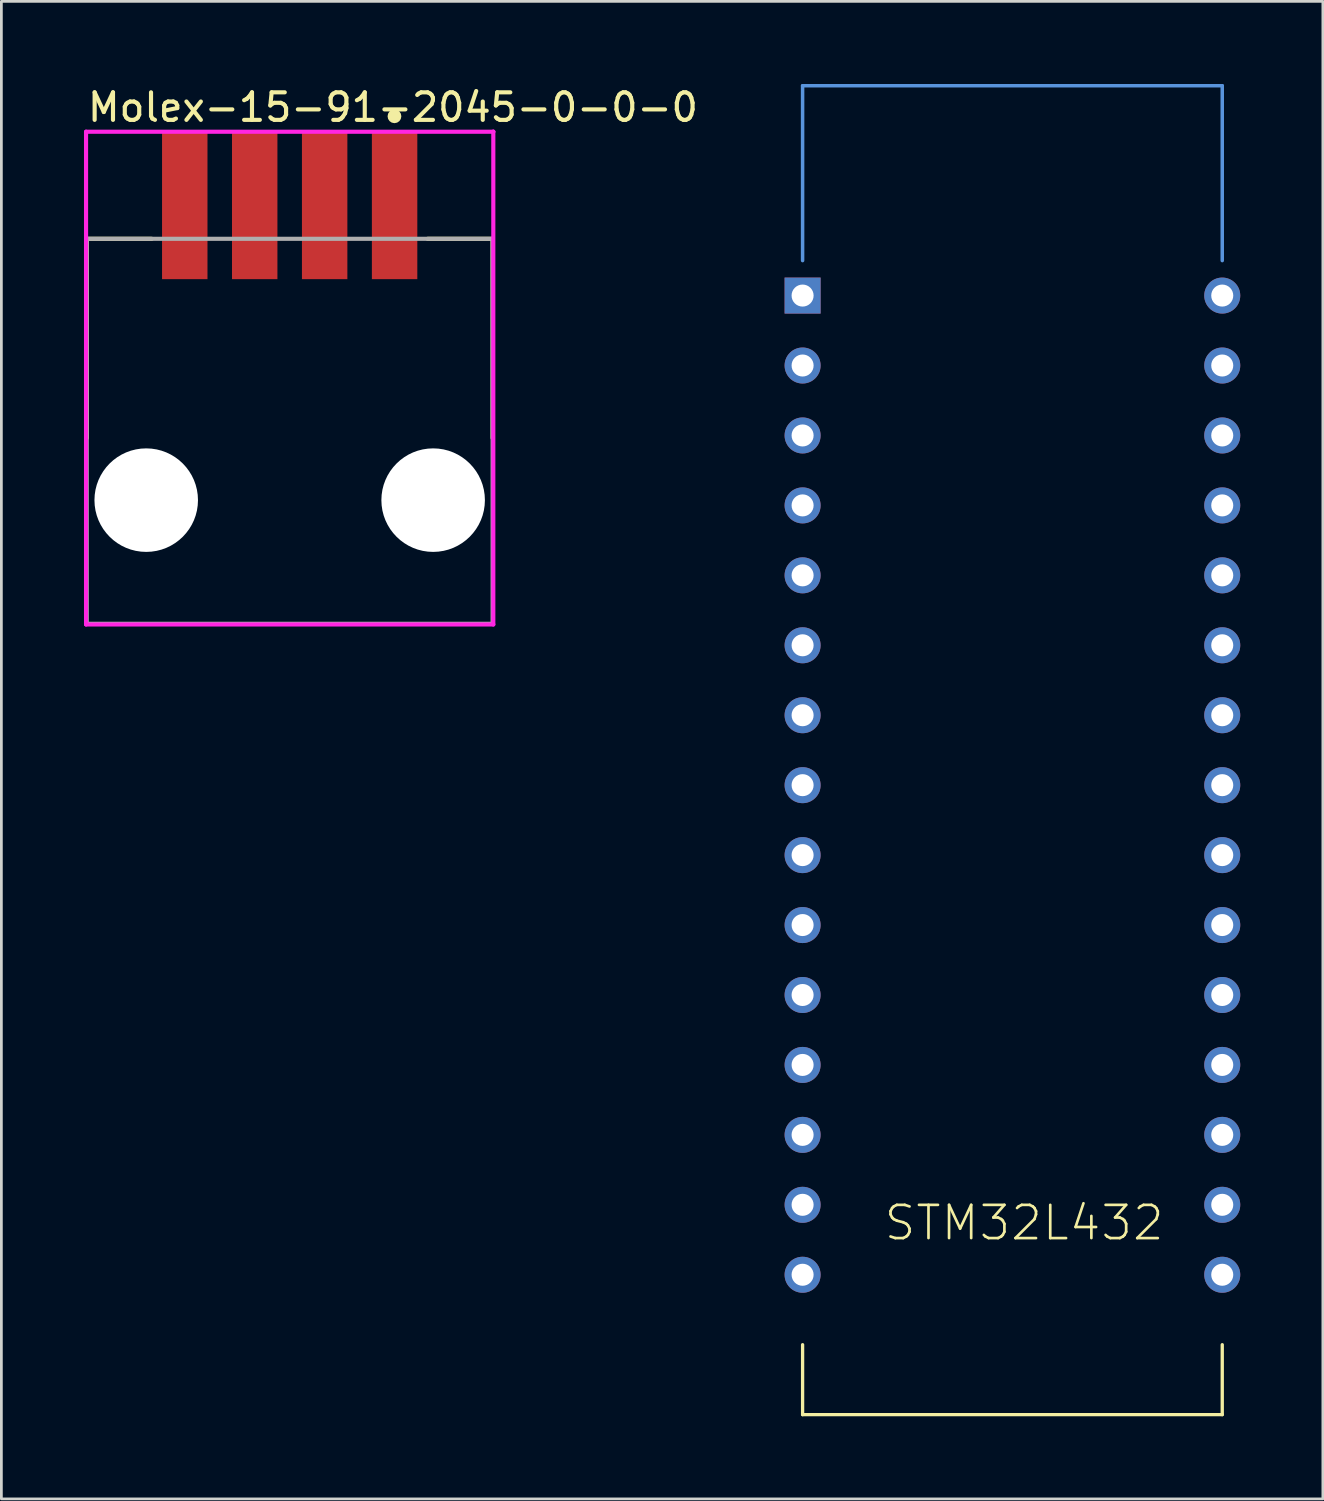
<source format=kicad_pcb>
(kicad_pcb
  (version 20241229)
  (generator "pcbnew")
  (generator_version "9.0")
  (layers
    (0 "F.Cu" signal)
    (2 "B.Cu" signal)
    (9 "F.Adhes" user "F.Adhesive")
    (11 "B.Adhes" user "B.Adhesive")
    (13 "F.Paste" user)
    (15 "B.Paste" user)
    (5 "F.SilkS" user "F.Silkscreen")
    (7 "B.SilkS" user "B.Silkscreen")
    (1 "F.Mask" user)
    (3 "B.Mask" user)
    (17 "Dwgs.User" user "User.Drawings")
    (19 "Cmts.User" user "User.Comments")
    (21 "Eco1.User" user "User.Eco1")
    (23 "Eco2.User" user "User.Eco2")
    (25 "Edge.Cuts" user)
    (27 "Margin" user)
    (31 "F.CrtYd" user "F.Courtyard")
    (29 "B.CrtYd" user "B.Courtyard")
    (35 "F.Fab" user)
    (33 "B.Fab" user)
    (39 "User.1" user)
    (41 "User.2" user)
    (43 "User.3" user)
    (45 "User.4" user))
  (footprint "STM32L432"
    (layer "F.Cu")
    (at 33.717 14.034)
    (property "Reference" "STM32L432" (at -4.72 28.03 0) (layer "F.SilkS") (effects (font (size 1.206 1.206) (thickness 0.097)) (justify left bottom)))
    (attr through_hole)
    (fp_line (start -7.62 31.75) (end -7.62 34.29) (stroke (width 0.12) (type solid)) (layer "F.SilkS"))
    (fp_line (start -7.62 34.29) (end 7.62 34.29) (stroke (width 0.12) (type solid)) (layer "F.SilkS"))
    (fp_line (start 7.62 34.29) (end 7.62 31.75) (stroke (width 0.12) (type solid)) (layer "F.SilkS"))
    (fp_line (start -7.62 -13.97) (end 7.62 -13.97) (stroke (width 0.127) (type solid)) (layer "Cmts.User"))
    (fp_line (start -7.62 -7.62) (end -7.62 -13.97) (stroke (width 0.127) (type solid)) (layer "Cmts.User"))
    (fp_line (start 7.62 -13.97) (end 7.62 -7.62) (stroke (width 0.127) (type solid)) (layer "Cmts.User"))
    (pad "1" thru_hole rect (at -7.62 -6.35) (size 1.308 1.308) (drill 0.8) (layers "*.Cu" "*.Mask"))
    (pad "2" thru_hole circle (at -7.62 -3.81) (size 1.308 1.308) (drill 0.8) (layers "*.Cu" "*.Mask"))
    (pad "3" thru_hole circle (at -7.62 -1.27) (size 1.308 1.308) (drill 0.8) (layers "*.Cu" "*.Mask"))
    (pad "4" thru_hole circle (at -7.62 1.27) (size 1.308 1.308) (drill 0.8) (layers "*.Cu" "*.Mask"))
    (pad "5" thru_hole circle (at -7.62 3.81) (size 1.308 1.308) (drill 0.8) (layers "*.Cu" "*.Mask"))
    (pad "6" thru_hole circle (at -7.62 6.35) (size 1.308 1.308) (drill 0.8) (layers "*.Cu" "*.Mask"))
    (pad "7" thru_hole circle (at -7.62 8.89) (size 1.308 1.308) (drill 0.8) (layers "*.Cu" "*.Mask"))
    (pad "8" thru_hole circle (at -7.62 11.43) (size 1.308 1.308) (drill 0.8) (layers "*.Cu" "*.Mask"))
    (pad "9" thru_hole circle (at -7.62 13.97) (size 1.308 1.308) (drill 0.8) (layers "*.Cu" "*.Mask"))
    (pad "10" thru_hole circle (at -7.62 16.51) (size 1.308 1.308) (drill 0.8) (layers "*.Cu" "*.Mask"))
    (pad "11" thru_hole circle (at -7.62 19.05) (size 1.308 1.308) (drill 0.8) (layers "*.Cu" "*.Mask"))
    (pad "12" thru_hole circle (at -7.62 21.59) (size 1.308 1.308) (drill 0.8) (layers "*.Cu" "*.Mask"))
    (pad "13" thru_hole circle (at -7.62 24.13) (size 1.308 1.308) (drill 0.8) (layers "*.Cu" "*.Mask"))
    (pad "14" thru_hole circle (at -7.62 26.67) (size 1.308 1.308) (drill 0.8) (layers "*.Cu" "*.Mask"))
    (pad "15" thru_hole circle (at -7.62 29.21) (size 1.308 1.308) (drill 0.8) (layers "*.Cu" "*.Mask"))
    (pad "16" thru_hole circle (at 7.62 29.21) (size 1.308 1.308) (drill 0.8) (layers "*.Cu" "*.Mask"))
    (pad "17" thru_hole circle (at 7.62 26.67) (size 1.308 1.308) (drill 0.8) (layers "*.Cu" "*.Mask"))
    (pad "18" thru_hole circle (at 7.62 24.13) (size 1.308 1.308) (drill 0.8) (layers "*.Cu" "*.Mask"))
    (pad "19" thru_hole circle (at 7.62 21.59) (size 1.308 1.308) (drill 0.8) (layers "*.Cu" "*.Mask"))
    (pad "20" thru_hole circle (at 7.62 19.05) (size 1.308 1.308) (drill 0.8) (layers "*.Cu" "*.Mask"))
    (pad "21" thru_hole circle (at 7.62 16.51) (size 1.308 1.308) (drill 0.8) (layers "*.Cu" "*.Mask"))
    (pad "22" thru_hole circle (at 7.62 13.97) (size 1.308 1.308) (drill 0.8) (layers "*.Cu" "*.Mask"))
    (pad "23" thru_hole circle (at 7.62 11.43) (size 1.308 1.308) (drill 0.8) (layers "*.Cu" "*.Mask"))
    (pad "24" thru_hole circle (at 7.62 8.89) (size 1.308 1.308) (drill 0.8) (layers "*.Cu" "*.Mask"))
    (pad "25" thru_hole circle (at 7.62 6.35) (size 1.308 1.308) (drill 0.8) (layers "*.Cu" "*.Mask"))
    (pad "26" thru_hole circle (at 7.62 3.81) (size 1.308 1.308) (drill 0.8) (layers "*.Cu" "*.Mask"))
    (pad "27" thru_hole circle (at 7.62 1.27) (size 1.308 1.308) (drill 0.8) (layers "*.Cu" "*.Mask"))
    (pad "28" thru_hole circle (at 7.62 -1.27) (size 1.308 1.308) (drill 0.8) (layers "*.Cu" "*.Mask"))
    (pad "29" thru_hole circle (at 7.62 -3.81) (size 1.308 1.308) (drill 0.8) (layers "*.Cu" "*.Mask"))
    (pad "30" thru_hole circle (at 7.62 -6.35) (size 1.308 1.308) (drill 0.8) (layers "*.Cu" "*.Mask")))
  (footprint "Molex-15-91-2045-0-0-0"
    (layer "F.Cu")
    (at 7.47 12.613)
    (property "Reference" "Molex-15-91-2045-0-0-0" (at -7.42 -11.765 0) (layer "F.SilkS") (effects (font (size 1 1) (thickness 0.15)) (justify left)))
    (attr through_hole)
    (fp_line (start -7.37 -6.99) (end -5.01 -6.99) (stroke (width 0.15) (type solid)) (layer "F.SilkS"))
    (fp_line (start -7.37 0.245) (end -7.37 -6.99) (stroke (width 0.15) (type solid)) (layer "F.SilkS"))
    (fp_line (start 5.01 -6.99) (end 7.37 -6.99) (stroke (width 0.15) (type solid)) (layer "F.SilkS"))
    (fp_line (start 7.37 0.245) (end 7.37 -6.99) (stroke (width 0.15) (type solid)) (layer "F.SilkS"))
    (fp_circle (center 3.805 -11.44) (end 3.93 -11.44) (stroke (width 0.25) (type solid)) (fill no) (layer "F.SilkS"))
    (fp_line (start -7.395 -10.88) (end -7.395 7.015) (stroke (width 0.15) (type solid)) (layer "F.CrtYd"))
    (fp_line (start -7.395 7.015) (end 7.395 7.015) (stroke (width 0.15) (type solid)) (layer "F.CrtYd"))
    (fp_line (start 7.395 -10.88) (end -7.395 -10.88) (stroke (width 0.15) (type solid)) (layer "F.CrtYd"))
    (fp_line (start 7.395 -10.88) (end 7.395 -10.88) (stroke (width 0.15) (type solid)) (layer "F.CrtYd"))
    (fp_line (start 7.395 7.015) (end 7.395 -10.88) (stroke (width 0.15) (type solid)) (layer "F.CrtYd"))
    (fp_line (start -7.37 -6.99) (end 7.37 -6.99) (stroke (width 0.15) (type solid)) (layer "F.Fab"))
    (fp_line (start -7.37 6.99) (end -7.37 -6.99) (stroke (width 0.15) (type solid)) (layer "F.Fab"))
    (fp_line (start 7.37 -6.99) (end 7.37 6.99) (stroke (width 0.15) (type solid)) (layer "F.Fab"))
    (fp_line (start 7.37 6.99) (end -7.37 6.99) (stroke (width 0.15) (type solid)) (layer "F.Fab"))
    (pad "" np_thru_hole circle (at -5.21 2.5) (size 3.76 3.76) (drill 3.76) (layers "*.Cu" "*.Mask"))
    (pad "" np_thru_hole circle (at 5.21 2.5) (size 3.76 3.76) (drill 3.76) (layers "*.Cu" "*.Mask"))
    (pad "1" smd rect (at 3.81 -8.19) (size 1.65 5.33) (layers "F.Cu" "F.Mask" "F.Paste"))
    (pad "2" smd rect (at 1.27 -8.19) (size 1.65 5.33) (layers "F.Cu" "F.Mask" "F.Paste"))
    (pad "3" smd rect (at -1.27 -8.19) (size 1.65 5.33) (layers "F.Cu" "F.Mask" "F.Paste"))
    (pad "4" smd rect (at -3.81 -8.19) (size 1.65 5.33) (layers "F.Cu" "F.Mask" "F.Paste")))
  (gr_rect
    (start -3 -3)
    (end 44.991 51.383)
    (stroke (width 0.1) (type default))
    (fill no)
    (layer "Edge.Cuts")))
</source>
